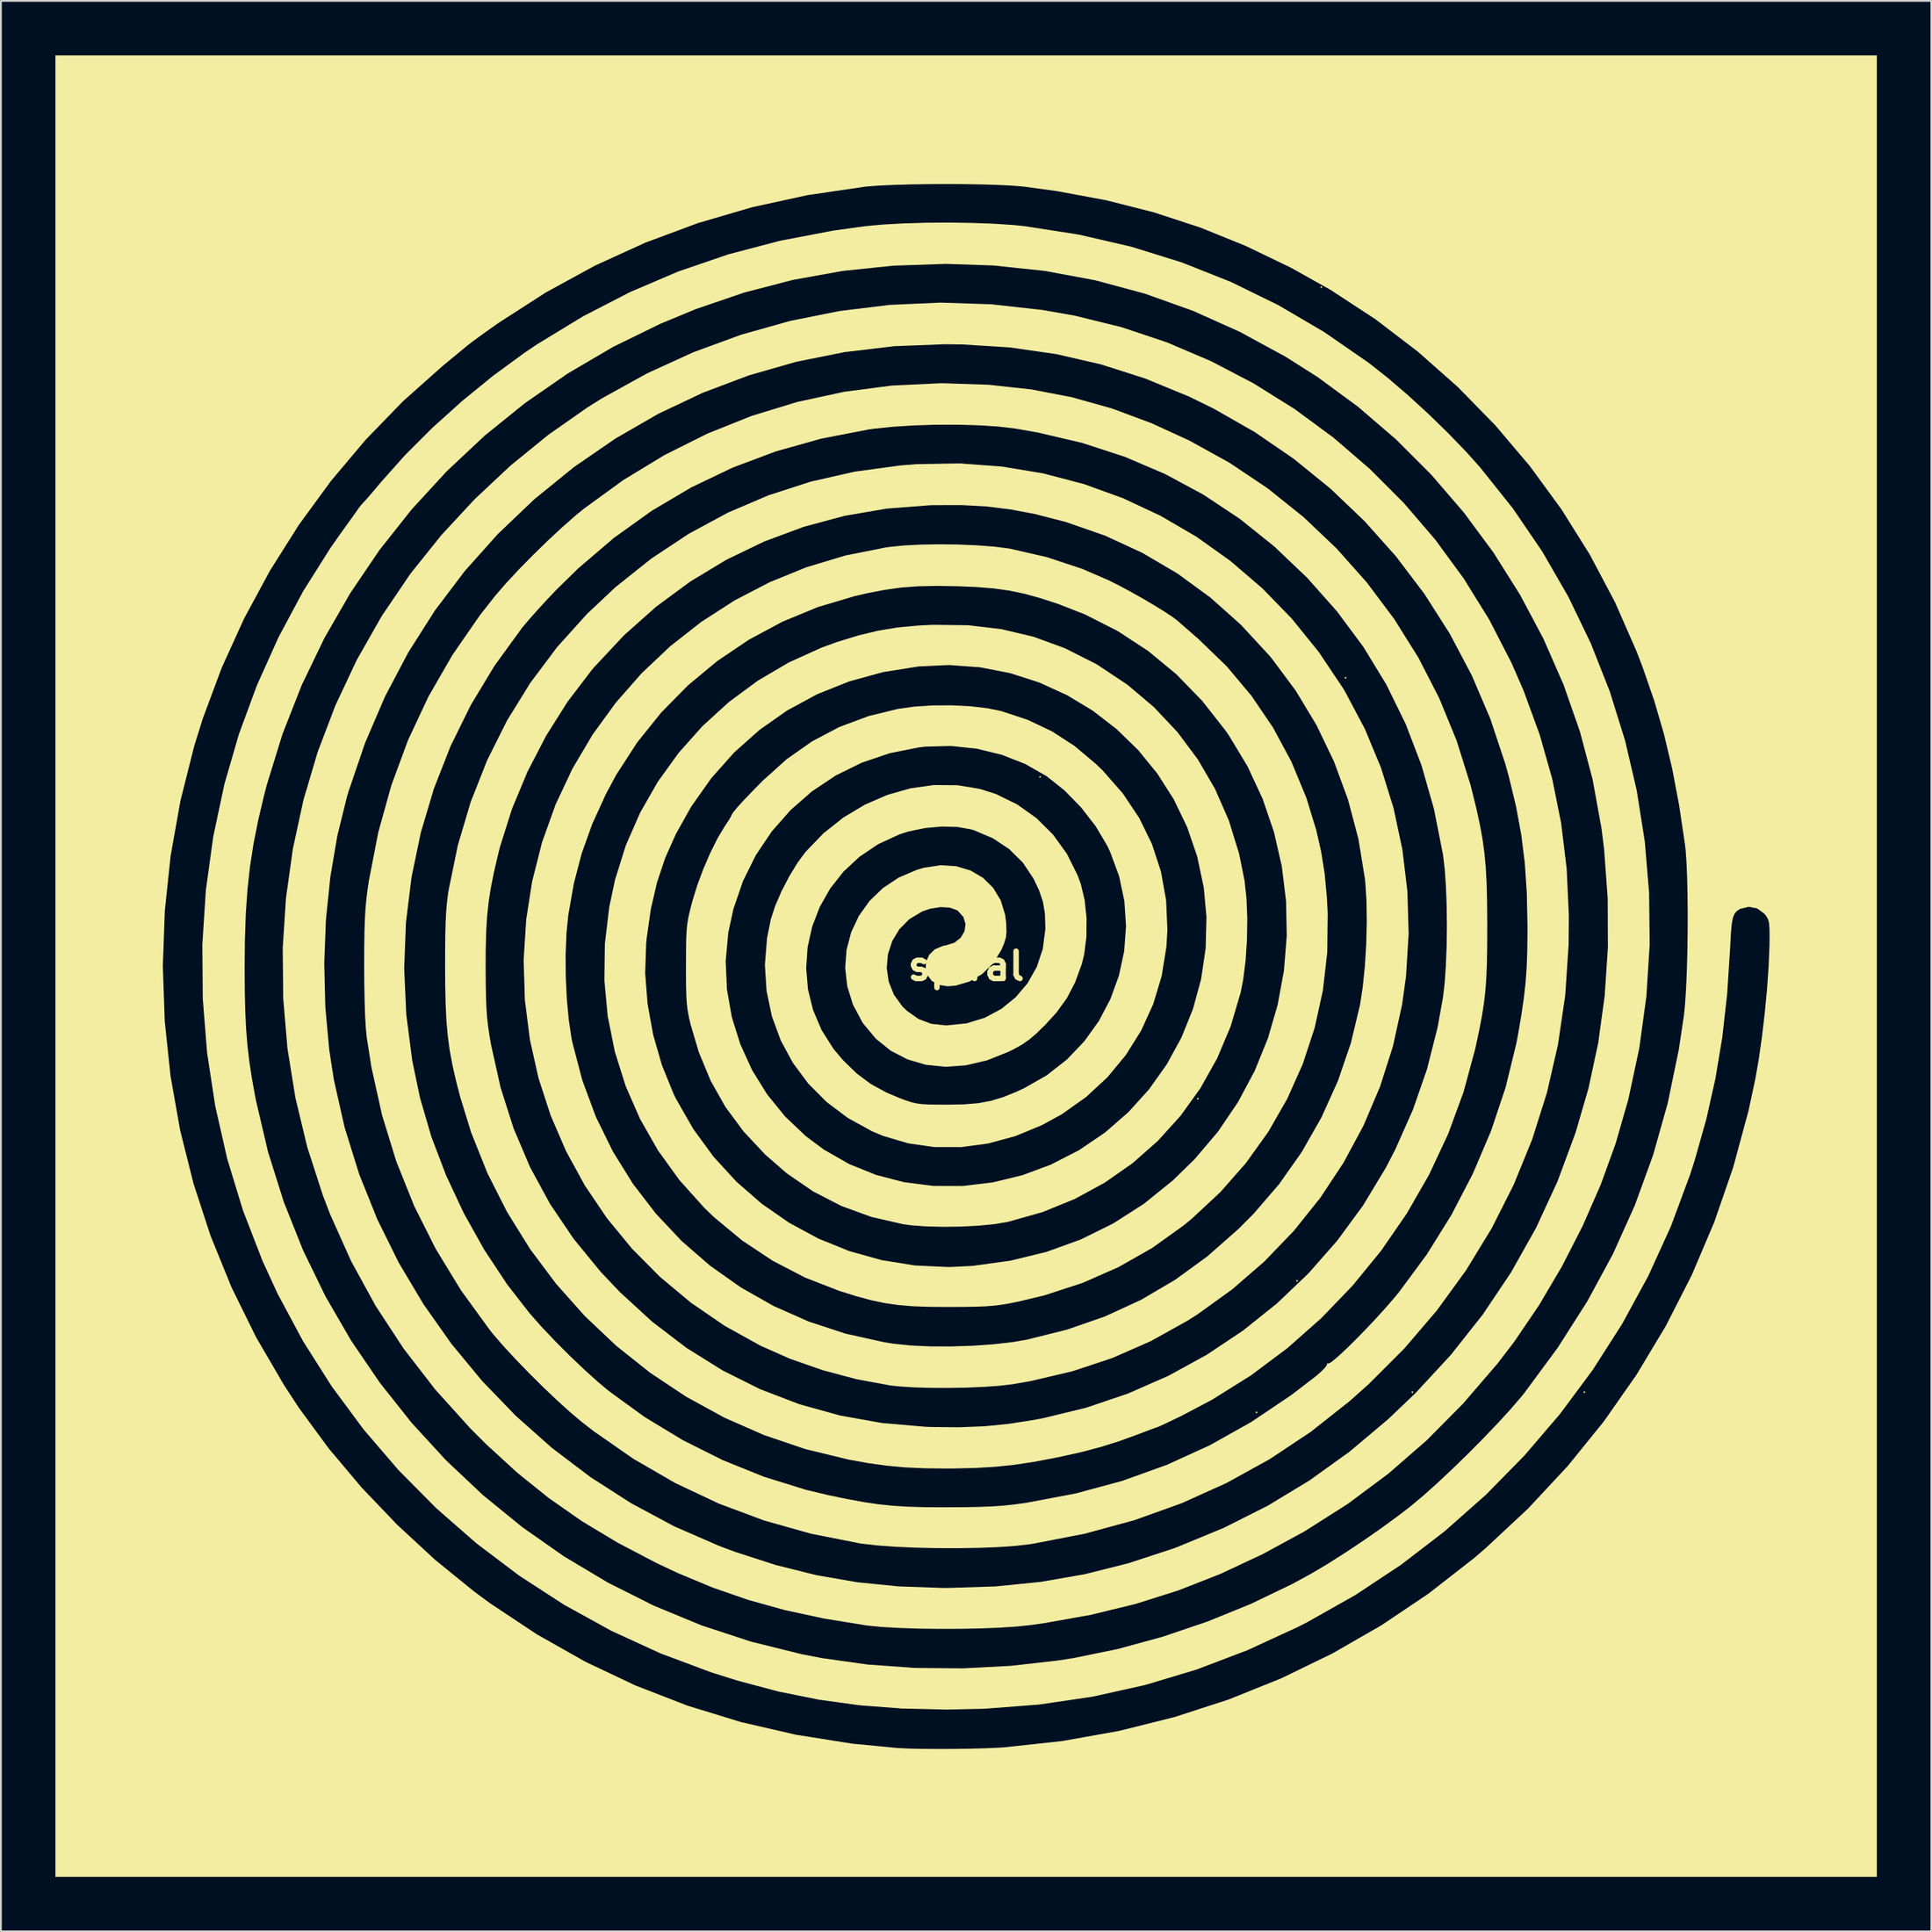
<source format=kicad_pcb>
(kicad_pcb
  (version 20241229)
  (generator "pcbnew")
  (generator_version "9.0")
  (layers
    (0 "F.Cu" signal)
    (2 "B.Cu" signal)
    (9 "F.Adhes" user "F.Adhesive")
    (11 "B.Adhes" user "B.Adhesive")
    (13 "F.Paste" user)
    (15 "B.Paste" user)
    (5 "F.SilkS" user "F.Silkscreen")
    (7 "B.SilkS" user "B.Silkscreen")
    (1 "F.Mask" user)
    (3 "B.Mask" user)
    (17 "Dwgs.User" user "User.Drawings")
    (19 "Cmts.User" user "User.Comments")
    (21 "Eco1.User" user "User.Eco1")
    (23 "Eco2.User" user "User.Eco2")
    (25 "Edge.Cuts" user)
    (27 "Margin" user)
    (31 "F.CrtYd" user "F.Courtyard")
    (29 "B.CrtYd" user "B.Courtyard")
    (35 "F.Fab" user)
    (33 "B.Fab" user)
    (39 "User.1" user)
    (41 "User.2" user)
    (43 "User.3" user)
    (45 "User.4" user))
  (footprint "spiral"
    (layer "F.Cu")
    (at 50.132 50.132)
    (property "Reference" "spiral" (at 0 0 0) (layer "F.SilkS") (effects (font (size 1.5 1.5) (thickness 0.3))))
    (attr board_only exclude_from_pos_files exclude_from_bom)
    (fp_poly (pts (xy 4.122 -10.416) (xy 4.066 -10.361) (xy 4.011 -10.416) (xy 4.066 -10.472)) (stroke (width 0) (type solid)) (fill yes) (layer "F.SilkS"))
    (fp_poly (pts (xy 12.811 7.297) (xy 12.756 7.353) (xy 12.7 7.297) (xy 12.756 7.241)) (stroke (width 0) (type solid)) (fill yes) (layer "F.SilkS"))
    (fp_poly (pts (xy 16.042 24.564) (xy 15.986 24.62) (xy 15.931 24.564) (xy 15.986 24.509)) (stroke (width 0) (type solid)) (fill yes) (layer "F.SilkS"))
    (fp_poly (pts (xy 18.27 17.323) (xy 18.214 17.379) (xy 18.159 17.323) (xy 18.214 17.268)) (stroke (width 0) (type solid)) (fill yes) (layer "F.SilkS"))
    (fp_poly (pts (xy 19.607 -37.376) (xy 19.551 -37.32) (xy 19.496 -37.376) (xy 19.551 -37.432)) (stroke (width 0) (type solid)) (fill yes) (layer "F.SilkS"))
    (fp_poly (pts (xy 20.944 -15.875) (xy 20.888 -15.819) (xy 20.832 -15.875) (xy 20.888 -15.931)) (stroke (width 0) (type solid)) (fill yes) (layer "F.SilkS"))
    (fp_poly (pts (xy 24.62 23.45) (xy 24.564 23.506) (xy 24.509 23.45) (xy 24.564 23.395)) (stroke (width 0) (type solid)) (fill yes) (layer "F.SilkS"))
    (fp_poly (pts (xy 34.089 23.45) (xy 34.034 23.506) (xy 33.978 23.45) (xy 34.034 23.395)) (stroke (width 0) (type solid)) (fill yes) (layer "F.SilkS"))
    (fp_poly (pts (xy 50.132 0) (xy 50.132 50.132) (xy 0 50.132) (xy -50.132 50.132) (xy -50.132 0.01) (xy -44.219 0.01) (xy -44.113 3.039) (xy -43.795 6.048) (xy -43.268 9.025) (xy -42.533 11.96) (xy -41.592 14.843) (xy -40.446 17.661) (xy -39.097 20.406) (xy -37.546 23.066) (xy -36.718 24.329) (xy -35.092 26.543) (xy -33.28 28.697) (xy -31.314 30.754) (xy -29.23 32.681) (xy -27.062 34.441) (xy -26.221 35.061) (xy -23.638 36.777) (xy -20.96 38.291) (xy -18.192 39.602) (xy -15.335 40.709) (xy -12.392 41.612) (xy -9.366 42.31) (xy -6.26 42.801) (xy -3.788 43.039) (xy -3.2 43.068) (xy -2.447 43.085) (xy -1.586 43.092) (xy -0.673 43.089) (xy 0.235 43.075) (xy 1.081 43.053) (xy 1.807 43.021) (xy 2.117 43.001) (xy 5.293 42.656) (xy 8.413 42.1) (xy 11.469 41.337) (xy 14.45 40.37) (xy 17.349 39.203) (xy 20.154 37.84) (xy 22.859 36.285) (xy 25.453 34.541) (xy 27.927 32.612) (xy 28.604 32.034) (xy 30.944 29.848) (xy 33.108 27.526) (xy 35.095 25.074) (xy 36.899 22.498) (xy 38.517 19.805) (xy 39.946 17.001) (xy 41.182 14.091) (xy 42.222 11.083) (xy 43.062 7.983) (xy 43.437 6.239) (xy 43.631 5.132) (xy 43.808 3.891) (xy 43.962 2.579) (xy 44.087 1.262) (xy 44.175 0.003) (xy 44.222 -1.133) (xy 44.227 -1.586) (xy 44.222 -2.064) (xy 44.197 -2.381) (xy 44.137 -2.598) (xy 44.028 -2.774) (xy 43.917 -2.906) (xy 43.535 -3.179) (xy 43.081 -3.264) (xy 42.617 -3.151) (xy 42.572 -3.128) (xy 42.411 -3.021) (xy 42.292 -2.873) (xy 42.206 -2.65) (xy 42.145 -2.318) (xy 42.101 -1.84) (xy 42.065 -1.183) (xy 42.056 -0.997) (xy 41.892 1.533) (xy 41.625 3.912) (xy 41.245 6.193) (xy 40.744 8.426) (xy 40.112 10.662) (xy 39.848 11.488) (xy 38.799 14.315) (xy 37.55 17.055) (xy 36.109 19.699) (xy 34.486 22.235) (xy 32.69 24.654) (xy 30.729 26.945) (xy 28.614 29.098) (xy 26.352 31.101) (xy 23.953 32.945) (xy 21.426 34.619) (xy 18.78 36.113) (xy 18.271 36.373) (xy 15.49 37.654) (xy 12.691 38.719) (xy 9.857 39.57) (xy 6.975 40.212) (xy 4.028 40.647) (xy 1.002 40.88) (xy -1.058 40.924) (xy -3.533 40.867) (xy -5.87 40.687) (xy -8.121 40.377) (xy -10.339 39.929) (xy -12.578 39.333) (xy -14.037 38.874) (xy -16.833 37.828) (xy -19.533 36.587) (xy -22.125 35.159) (xy -24.602 33.552) (xy -26.953 31.776) (xy -29.169 29.838) (xy -31.241 27.747) (xy -33.161 25.512) (xy -34.917 23.141) (xy -36.501 20.643) (xy -37.904 18.026) (xy -38.726 16.239) (xy -39.805 13.453) (xy -40.676 10.601) (xy -41.335 7.696) (xy -41.784 4.753) (xy -42.02 1.785) (xy -42.043 -1.194) (xy -41.851 -4.171) (xy -41.443 -7.131) (xy -40.827 -10.026) (xy -40.033 -12.763) (xy -39.038 -15.461) (xy -37.857 -18.09) (xy -36.505 -20.618) (xy -34.996 -23.014) (xy -34.386 -23.882) (xy -34.066 -24.324) (xy -33.788 -24.712) (xy -33.581 -25.004) (xy -33.477 -25.157) (xy -33.302 -25.385) (xy -33.189 -25.506) (xy -33.048 -25.66) (xy -32.802 -25.942) (xy -32.49 -26.309) (xy -32.225 -26.625) (xy -30.886 -28.129) (xy -29.376 -29.637) (xy -27.742 -31.109) (xy -26.031 -32.503) (xy -24.29 -33.777) (xy -23.614 -34.232) (xy -21.085 -35.771) (xy -18.498 -37.105) (xy -15.841 -38.239) (xy -13.099 -39.177) (xy -10.257 -39.926) (xy -7.303 -40.49) (xy -5.57 -40.729) (xy -4.598 -40.82) (xy -3.463 -40.884) (xy -2.222 -40.921) (xy -0.935 -40.93) (xy 0.341 -40.911) (xy 1.549 -40.866) (xy 2.631 -40.792) (xy 3.231 -40.731) (xy 6.205 -40.268) (xy 9.083 -39.603) (xy 11.869 -38.737) (xy 14.565 -37.667) (xy 17.172 -36.393) (xy 19.694 -34.914) (xy 22.133 -33.229) (xy 22.225 -33.16) (xy 23.237 -32.36) (xy 24.325 -31.425) (xy 25.438 -30.406) (xy 26.524 -29.35) (xy 27.532 -28.305) (xy 28.289 -27.461) (xy 30.098 -25.193) (xy 31.719 -22.814) (xy 33.149 -20.335) (xy 34.386 -17.769) (xy 35.428 -15.127) (xy 36.272 -12.42) (xy 36.916 -9.661) (xy 37.358 -6.861) (xy 37.595 -4.032) (xy 37.626 -1.185) (xy 37.446 1.667) (xy 37.055 4.514) (xy 36.45 7.343) (xy 35.75 9.774) (xy 34.929 12.038) (xy 33.934 14.309) (xy 32.792 16.539) (xy 31.528 18.679) (xy 30.168 20.681) (xy 29.25 21.88) (xy 27.347 24.091) (xy 25.348 26.107) (xy 23.237 27.942) (xy 20.997 29.61) (xy 18.61 31.125) (xy 16.321 32.369) (xy 14.002 33.455) (xy 11.686 34.364) (xy 9.326 35.11) (xy 6.879 35.706) (xy 4.302 36.166) (xy 3.506 36.278) (xy 2.741 36.357) (xy 1.811 36.417) (xy 0.761 36.458) (xy -0.36 36.48) (xy -1.507 36.483) (xy -2.631 36.467) (xy -3.686 36.431) (xy -4.625 36.377) (xy -5.4 36.303) (xy -5.558 36.282) (xy -7.855 35.907) (xy -9.989 35.446) (xy -12.009 34.883) (xy -13.961 34.206) (xy -15.895 33.399) (xy -17.063 32.848) (xy -19.192 31.733) (xy -21.147 30.556) (xy -22.971 29.283) (xy -24.712 27.883) (xy -26.415 26.322) (xy -27.296 25.441) (xy -29.229 23.299) (xy -30.967 21.05) (xy -32.51 18.693) (xy -33.858 16.23) (xy -35.01 13.66) (xy -35.4 12.644) (xy -36.265 9.975) (xy -36.917 7.264) (xy -37.359 4.524) (xy -37.592 1.769) (xy -37.619 -0.989) (xy -37.441 -3.737) (xy -37.06 -6.46) (xy -36.478 -9.146) (xy -35.697 -11.782) (xy -34.718 -14.355) (xy -33.544 -16.85) (xy -32.177 -19.257) (xy -30.617 -21.56) (xy -30.553 -21.647) (xy -28.89 -23.722) (xy -27.057 -25.698) (xy -25.084 -27.549) (xy -23.001 -29.245) (xy -20.839 -30.759) (xy -20.053 -31.251) (xy -17.576 -32.623) (xy -15.017 -33.792) (xy -12.386 -34.757) (xy -9.697 -35.514) (xy -6.962 -36.063) (xy -4.193 -36.4) (xy -1.403 -36.523) (xy 1.395 -36.431) (xy 4.19 -36.121) (xy 5.985 -35.805) (xy 8.557 -35.172) (xy 11.064 -34.332) (xy 13.494 -33.295) (xy 15.837 -32.07) (xy 18.08 -30.668) (xy 20.212 -29.098) (xy 22.221 -27.369) (xy 24.096 -25.491) (xy 25.826 -23.474) (xy 27.398 -21.327) (xy 28.802 -19.061) (xy 30.025 -16.683) (xy 30.686 -15.165) (xy 31.574 -12.737) (xy 32.261 -10.315) (xy 32.754 -7.868) (xy 33.058 -5.365) (xy 33.178 -2.774) (xy 33.164 -1.17) (xy 32.979 1.603) (xy 32.58 4.317) (xy 31.972 6.966) (xy 31.158 9.541) (xy 30.141 12.034) (xy 28.926 14.439) (xy 27.516 16.747) (xy 25.914 18.952) (xy 24.125 21.044) (xy 22.152 23.017) (xy 21.111 23.945) (xy 18.973 25.635) (xy 16.716 27.136) (xy 14.342 28.448) (xy 11.854 29.57) (xy 9.251 30.502) (xy 6.537 31.242) (xy 3.712 31.79) (xy 3.509 31.822) (xy 2.73 31.912) (xy 1.777 31.979) (xy 0.698 32.022) (xy -0.458 32.041) (xy -1.645 32.037) (xy -2.814 32.009) (xy -3.918 31.959) (xy -4.908 31.887) (xy -5.737 31.792) (xy -5.849 31.775) (xy -8.534 31.245) (xy -11.126 30.514) (xy -13.62 29.583) (xy -16.018 28.451) (xy -18.317 27.12) (xy -20.516 25.59) (xy -21.167 25.084) (xy -21.797 24.553) (xy -22.519 23.9) (xy -23.29 23.167) (xy -24.069 22.394) (xy -24.814 21.624) (xy -25.485 20.897) (xy -26.04 20.255) (xy -26.204 20.052) (xy -27.802 17.851) (xy -29.194 15.571) (xy -30.382 13.206) (xy -31.367 10.75) (xy -32.152 8.2) (xy -32.739 5.549) (xy -32.998 3.899) (xy -33.045 3.411) (xy -33.084 2.735) (xy -33.112 1.905) (xy -33.13 0.956) (xy -33.135 -0.078) (xy -33.135 -0.111) (xy -33.131 -1.089) (xy -33.12 -1.887) (xy -33.099 -2.551) (xy -33.066 -3.124) (xy -33.019 -3.65) (xy -32.955 -4.174) (xy -32.881 -4.679) (xy -32.359 -7.367) (xy -31.639 -9.954) (xy -30.72 -12.441) (xy -29.601 -14.83) (xy -28.281 -17.123) (xy -26.761 -19.32) (xy -25.922 -20.387) (xy -25.343 -21.057) (xy -24.636 -21.818) (xy -23.848 -22.621) (xy -23.026 -23.422) (xy -22.219 -24.172) (xy -21.474 -24.826) (xy -21.055 -25.169) (xy -18.879 -26.75) (xy -16.606 -28.132) (xy -14.245 -29.312) (xy -11.806 -30.288) (xy -9.296 -31.056) (xy -6.724 -31.613) (xy -4.099 -31.957) (xy -1.43 -32.084) (xy -1.218 -32.084) (xy 1.236 -32.002) (xy 3.571 -31.748) (xy 5.822 -31.316) (xy 8.024 -30.698) (xy 10.209 -29.884) (xy 12.271 -28.94) (xy 14.502 -27.706) (xy 16.605 -26.296) (xy 18.572 -24.72) (xy 20.393 -22.99) (xy 22.059 -21.116) (xy 23.562 -19.111) (xy 24.893 -16.985) (xy 26.042 -14.749) (xy 27 -12.414) (xy 27.759 -9.992) (xy 27.85 -9.641) (xy 28.087 -8.673) (xy 28.276 -7.814) (xy 28.421 -7.017) (xy 28.529 -6.236) (xy 28.604 -5.425) (xy 28.652 -4.536) (xy 28.677 -3.525) (xy 28.686 -2.343) (xy 28.686 -2.172) (xy 28.682 -1.07) (xy 28.666 -0.143) (xy 28.634 0.655) (xy 28.581 1.371) (xy 28.502 2.053) (xy 28.393 2.746) (xy 28.25 3.499) (xy 28.066 4.358) (xy 28.02 4.568) (xy 27.378 6.939) (xy 26.53 9.247) (xy 25.485 11.478) (xy 24.255 13.62) (xy 22.849 15.659) (xy 21.278 17.582) (xy 19.552 19.377) (xy 17.681 21.031) (xy 15.676 22.53) (xy 13.548 23.862) (xy 11.893 24.736) (xy 11.4 24.975) (xy 10.982 25.174) (xy 10.678 25.315) (xy 10.528 25.38) (xy 10.52 25.382) (xy 10.399 25.421) (xy 10.119 25.523) (xy 9.725 25.672) (xy 9.439 25.781) (xy 8.42 26.152) (xy 7.417 26.467) (xy 6.356 26.748) (xy 5.16 27.014) (xy 4.91 27.066) (xy 3.729 27.288) (xy 2.652 27.451) (xy 1.603 27.561) (xy 0.506 27.625) (xy -0.713 27.652) (xy -1.114 27.654) (xy -2.319 27.64) (xy -3.379 27.591) (xy -4.373 27.5) (xy -5.377 27.36) (xy -6.461 27.165) (xy -8.832 26.591) (xy -11.122 25.815) (xy -13.32 24.848) (xy -15.417 23.699) (xy -17.401 22.379) (xy -19.262 20.897) (xy -20.989 19.263) (xy -22.571 17.487) (xy -23.999 15.579) (xy -25.261 13.548) (xy -26.347 11.406) (xy -27.246 9.16) (xy -27.854 7.186) (xy -28.093 6.252) (xy -28.283 5.415) (xy -28.428 4.627) (xy -28.534 3.842) (xy -28.607 3.011) (xy -28.652 2.088) (xy -28.675 1.026) (xy -28.68 0.111) (xy -28.679 -0.916) (xy -28.67 -1.757) (xy -28.65 -2.448) (xy -28.62 -3.026) (xy -28.576 -3.527) (xy -28.518 -3.986) (xy -28.488 -4.178) (xy -27.98 -6.653) (xy -27.27 -9.042) (xy -26.364 -11.335) (xy -25.268 -13.524) (xy -23.984 -15.6) (xy -22.519 -17.555) (xy -20.877 -19.38) (xy -19.297 -20.865) (xy -17.331 -22.432) (xy -15.271 -23.797) (xy -13.12 -24.959) (xy -10.88 -25.917) (xy -8.553 -26.67) (xy -6.14 -27.217) (xy -3.644 -27.559) (xy -2.743 -27.63) (xy -0.372 -27.673) (xy 1.963 -27.502) (xy 4.25 -27.121) (xy 6.477 -26.538) (xy 8.633 -25.758) (xy 10.705 -24.787) (xy 12.683 -23.633) (xy 14.553 -22.3) (xy 16.306 -20.796) (xy 17.928 -19.126) (xy 19.409 -17.297) (xy 20.736 -15.315) (xy 20.863 -15.103) (xy 21.949 -13.058) (xy 22.837 -10.919) (xy 23.526 -8.706) (xy 24.011 -6.435) (xy 24.29 -4.123) (xy 24.359 -1.788) (xy 24.215 0.552) (xy 23.998 2.117) (xy 23.495 4.409) (xy 22.786 6.63) (xy 21.878 8.768) (xy 20.78 10.811) (xy 19.5 12.747) (xy 18.047 14.564) (xy 16.427 16.249) (xy 14.65 17.791) (xy 12.724 19.177) (xy 12.185 19.519) (xy 10.167 20.642) (xy 8.057 21.569) (xy 5.846 22.303) (xy 3.523 22.848) (xy 2.53 23.019) (xy 1.84 23.1) (xy 0.991 23.16) (xy 0.039 23.2) (xy -0.96 23.218) (xy -1.95 23.214) (xy -2.875 23.187) (xy -3.677 23.137) (xy -4.178 23.082) (xy -6.036 22.738) (xy -7.903 22.24) (xy -9.707 21.609) (xy -11.307 20.901) (xy -13.303 19.793) (xy -15.153 18.523) (xy -16.853 17.105) (xy -18.395 15.55) (xy -19.774 13.872) (xy -20.985 12.081) (xy -22.02 10.19) (xy -22.874 8.211) (xy -23.541 6.157) (xy -24.014 4.04) (xy -24.289 1.872) (xy -24.358 -0.335) (xy -24.216 -2.568) (xy -23.892 -4.648) (xy -23.345 -6.815) (xy -22.6 -8.894) (xy -21.668 -10.874) (xy -20.56 -12.746) (xy -19.286 -14.5) (xy -17.858 -16.125) (xy -16.286 -17.611) (xy -14.581 -18.947) (xy -12.754 -20.125) (xy -10.815 -21.134) (xy -8.776 -21.963) (xy -6.647 -22.603) (xy -4.439 -23.043) (xy -4.233 -23.073) (xy -3.442 -23.154) (xy -2.501 -23.203) (xy -1.47 -23.22) (xy -0.41 -23.207) (xy 0.619 -23.163) (xy 1.557 -23.091) (xy 2.343 -22.99) (xy 2.451 -22.971) (xy 4.461 -22.508) (xy 6.402 -21.864) (xy 7.88 -21.224) (xy 8.453 -20.935) (xy 9.084 -20.595) (xy 9.732 -20.23) (xy 10.353 -19.864) (xy 10.906 -19.523) (xy 11.349 -19.23) (xy 11.64 -19.012) (xy 11.657 -18.997) (xy 11.787 -18.882) (xy 12.047 -18.654) (xy 12.399 -18.346) (xy 12.805 -17.992) (xy 14.339 -16.509) (xy 15.705 -14.883) (xy 16.897 -13.126) (xy 17.906 -11.252) (xy 18.725 -9.274) (xy 19.276 -7.478) (xy 19.544 -6.297) (xy 19.734 -5.1) (xy 19.856 -3.811) (xy 19.904 -2.896) (xy 19.878 -0.755) (xy 19.636 1.348) (xy 19.185 3.399) (xy 18.531 5.387) (xy 17.679 7.297) (xy 16.635 9.118) (xy 15.406 10.835) (xy 13.996 12.438) (xy 12.413 13.912) (xy 11.956 14.286) (xy 10.233 15.52) (xy 8.382 16.571) (xy 6.408 17.439) (xy 4.317 18.12) (xy 2.925 18.456) (xy 2.418 18.559) (xy 1.975 18.636) (xy 1.547 18.69) (xy 1.086 18.726) (xy 0.543 18.748) (xy -0.13 18.759) (xy -0.891 18.764) (xy -1.988 18.757) (xy -2.918 18.724) (xy -3.734 18.656) (xy -4.494 18.546) (xy -5.25 18.385) (xy -6.058 18.166) (xy -6.972 17.88) (xy -7 17.871) (xy -8.862 17.146) (xy -10.643 16.221) (xy -12.321 15.109) (xy -13.87 13.826) (xy -14.41 13.307) (xy -15.779 11.783) (xy -16.96 10.147) (xy -17.949 8.414) (xy -18.743 6.597) (xy -19.337 4.711) (xy -19.728 2.768) (xy -19.913 0.784) (xy -19.886 -1.227) (xy -19.645 -3.253) (xy -19.323 -4.767) (xy -18.732 -6.65) (xy -17.943 -8.45) (xy -16.968 -10.153) (xy -15.821 -11.744) (xy -14.515 -13.209) (xy -13.062 -14.535) (xy -11.477 -15.706) (xy -9.773 -16.71) (xy -7.961 -17.532) (xy -7.108 -17.841) (xy -5.937 -18.202) (xy -4.854 -18.464) (xy -3.773 -18.641) (xy -2.611 -18.75) (xy -1.838 -18.789) (xy 0.106 -18.766) (xy 1.955 -18.547) (xy 3.724 -18.127) (xy 5.43 -17.502) (xy 7.088 -16.668) (xy 7.268 -16.563) (xy 8.88 -15.489) (xy 10.337 -14.258) (xy 11.632 -12.883) (xy 12.757 -11.376) (xy 13.704 -9.748) (xy 14.463 -8.013) (xy 15.028 -6.183) (xy 15.325 -4.708) (xy 15.433 -3.725) (xy 15.477 -2.614) (xy 15.459 -1.448) (xy 15.382 -0.3) (xy 15.249 0.759) (xy 15.113 1.448) (xy 14.561 3.315) (xy 13.818 5.076) (xy 12.896 6.721) (xy 11.804 8.238) (xy 10.555 9.618) (xy 9.16 10.849) (xy 7.629 11.92) (xy 5.973 12.821) (xy 4.203 13.541) (xy 2.33 14.069) (xy 2.228 14.091) (xy 1.527 14.206) (xy 0.67 14.289) (xy -0.277 14.338) (xy -1.249 14.351) (xy -2.182 14.329) (xy -3.009 14.268) (xy -3.46 14.208) (xy -5.211 13.807) (xy -6.865 13.204) (xy -8.423 12.401) (xy -9.882 11.399) (xy -11.066 10.368) (xy -12.258 9.093) (xy -13.253 7.746) (xy -14.068 6.299) (xy -14.718 4.726) (xy -15.161 3.231) (xy -15.255 2.836) (xy -15.323 2.475) (xy -15.371 2.102) (xy -15.4 1.672) (xy -15.416 1.139) (xy -15.422 0.456) (xy -15.421 -0.056) (xy -15.418 -0.825) (xy -15.41 -1.419) (xy -15.39 -1.884) (xy -15.356 -2.27) (xy -15.301 -2.622) (xy -15.221 -2.988) (xy -15.111 -3.417) (xy -15.056 -3.621) (xy -14.794 -4.468) (xy -14.46 -5.362) (xy -14.081 -6.237) (xy -13.687 -7.028) (xy -13.304 -7.673) (xy -13.267 -7.728) (xy -13.076 -8.016) (xy -12.951 -8.226) (xy -12.923 -8.293) (xy -12.841 -8.443) (xy -12.597 -8.74) (xy -12.195 -9.18) (xy -11.637 -9.759) (xy -11.2 -10.202) (xy -9.876 -11.393) (xy -8.472 -12.378) (xy -6.975 -13.165) (xy -5.368 -13.764) (xy -3.766 -14.157) (xy -2.865 -14.284) (xy -1.857 -14.35) (xy -0.805 -14.357) (xy 0.224 -14.306) (xy 1.166 -14.197) (xy 1.932 -14.04) (xy 3.396 -13.555) (xy 4.73 -12.921) (xy 5.972 -12.116) (xy 7.158 -11.117) (xy 7.526 -10.76) (xy 8.627 -9.505) (xy 9.529 -8.155) (xy 10.23 -6.718) (xy 10.724 -5.206) (xy 11.008 -3.628) (xy 11.079 -1.996) (xy 11.025 -1.066) (xy 10.763 0.55) (xy 10.297 2.092) (xy 9.637 3.544) (xy 8.794 4.89) (xy 7.779 6.117) (xy 6.6 7.209) (xy 5.27 8.151) (xy 4.178 8.751) (xy 2.708 9.358) (xy 1.216 9.762) (xy -0.279 9.963) (xy -1.757 9.96) (xy -3.199 9.753) (xy -4.585 9.341) (xy -5.184 9.088) (xy -6.506 8.361) (xy -7.678 7.48) (xy -8.691 6.463) (xy -9.536 5.326) (xy -10.205 4.088) (xy -10.691 2.765) (xy -10.984 1.376) (xy -11.077 -0.064) (xy -10.961 -1.536) (xy -10.751 -2.578) (xy -10.512 -3.31) (xy -10.159 -4.128) (xy -9.73 -4.954) (xy -9.266 -5.713) (xy -8.836 -6.291) (xy -7.851 -7.313) (xy -6.757 -8.18) (xy -5.578 -8.887) (xy -4.336 -9.425) (xy -3.057 -9.789) (xy -1.765 -9.969) (xy -0.482 -9.959) (xy 0.766 -9.753) (xy 1.628 -9.479) (xy 2.809 -8.903) (xy 3.867 -8.15) (xy 4.786 -7.237) (xy 5.548 -6.182) (xy 6.135 -5.003) (xy 6.315 -4.512) (xy 6.526 -3.623) (xy 6.629 -2.628) (xy 6.62 -1.611) (xy 6.5 -0.652) (xy 6.366 -0.111) (xy 5.999 0.894) (xy 5.55 1.757) (xy 4.975 2.554) (xy 4.342 3.245) (xy 3.868 3.707) (xy 3.468 4.048) (xy 3.074 4.321) (xy 2.617 4.575) (xy 2.334 4.715) (xy 1.154 5.186) (xy -0.01 5.46) (xy -1.14 5.541) (xy -2.219 5.431) (xy -3.228 5.134) (xy -4.151 4.655) (xy -4.968 3.997) (xy -5.663 3.163) (xy -5.716 3.084) (xy -6.233 2.112) (xy -6.544 1.108) (xy -6.657 0.096) (xy -6.582 -0.903) (xy -6.328 -1.864) (xy -5.904 -2.765) (xy -5.319 -3.584) (xy -4.582 -4.296) (xy -3.703 -4.879) (xy -2.691 -5.31) (xy -2.318 -5.417) (xy -1.4 -5.556) (xy -0.538 -5.499) (xy 0.245 -5.263) (xy 0.927 -4.862) (xy 1.487 -4.311) (xy 1.902 -3.625) (xy 2.15 -2.818) (xy 2.204 -2.375) (xy 2.222 -1.916) (xy 2.19 -1.573) (xy 2.088 -1.239) (xy 1.922 -0.86) (xy 1.475 -0.144) (xy 0.887 0.433) (xy 0.191 0.846) (xy -0.578 1.073) (xy -1.019 1.109) (xy -1.52 1.031) (xy -1.89 0.812) (xy -2.128 0.495) (xy -2.23 0.121) (xy -2.197 -0.268) (xy -2.026 -0.632) (xy -1.715 -0.929) (xy -1.263 -1.117) (xy -1.108 -1.145) (xy -0.637 -1.294) (xy -0.293 -1.569) (xy -0.087 -1.925) (xy -0.034 -2.317) (xy -0.149 -2.702) (xy -0.444 -3.034) (xy -0.505 -3.077) (xy -0.898 -3.221) (xy -1.411 -3.248) (xy -1.974 -3.161) (xy -2.42 -3.009) (xy -3.124 -2.587) (xy -3.676 -2.032) (xy -4.071 -1.377) (xy -4.304 -0.656) (xy -4.37 0.098) (xy -4.263 0.85) (xy -3.978 1.568) (xy -3.51 2.217) (xy -3.268 2.452) (xy -2.623 2.909) (xy -1.927 3.172) (xy -1.127 3.261) (xy -1.048 3.261) (xy 0.027 3.15) (xy 1.027 2.842) (xy 1.933 2.358) (xy 2.725 1.717) (xy 3.383 0.939) (xy 3.888 0.045) (xy 4.22 -0.948) (xy 4.358 -2.017) (xy 4.361 -2.154) (xy 4.335 -2.906) (xy 4.227 -3.549) (xy 4.014 -4.177) (xy 3.707 -4.82) (xy 3.127 -5.692) (xy 2.376 -6.437) (xy 1.477 -7.036) (xy 0.452 -7.472) (xy 0.278 -7.525) (xy -0.467 -7.66) (xy -1.332 -7.684) (xy -2.248 -7.602) (xy -3.144 -7.419) (xy -3.667 -7.254) (xy -4.836 -6.716) (xy -5.864 -6.026) (xy -6.748 -5.205) (xy -7.481 -4.275) (xy -8.059 -3.256) (xy -8.476 -2.171) (xy -8.726 -1.04) (xy -8.805 0.116) (xy -8.707 1.274) (xy -8.426 2.415) (xy -7.958 3.517) (xy -7.298 4.559) (xy -6.777 5.177) (xy -6.021 5.91) (xy -5.253 6.485) (xy -4.392 6.955) (xy -3.732 7.235) (xy -3.337 7.385) (xy -3.019 7.491) (xy -2.724 7.56) (xy -2.398 7.6) (xy -1.986 7.62) (xy -1.434 7.627) (xy -1.058 7.628) (xy -0.12 7.61) (xy 0.666 7.544) (xy 1.366 7.415) (xy 2.05 7.208) (xy 2.785 6.909) (xy 3.176 6.729) (xy 4.43 6.016) (xy 5.541 5.147) (xy 6.502 4.143) (xy 7.305 3.024) (xy 7.943 1.811) (xy 8.41 0.525) (xy 8.699 -0.815) (xy 8.802 -2.188) (xy 8.712 -3.573) (xy 8.422 -4.949) (xy 7.925 -6.297) (xy 7.767 -6.629) (xy 7.131 -7.701) (xy 6.329 -8.737) (xy 5.413 -9.674) (xy 4.438 -10.45) (xy 4.42 -10.462) (xy 3.25 -11.13) (xy 1.958 -11.635) (xy 0.586 -11.968) (xy -0.829 -12.12) (xy -2.244 -12.082) (xy -2.594 -12.042) (xy -4.217 -11.717) (xy -5.749 -11.197) (xy -7.176 -10.494) (xy -8.486 -9.621) (xy -9.664 -8.59) (xy -10.699 -7.414) (xy -11.578 -6.105) (xy -12.286 -4.677) (xy -12.812 -3.142) (xy -13.093 -1.841) (xy -13.236 -0.278) (xy -13.167 1.282) (xy -12.895 2.817) (xy -12.429 4.305) (xy -11.78 5.726) (xy -10.956 7.056) (xy -9.967 8.275) (xy -8.824 9.36) (xy -7.834 10.098) (xy -6.442 10.893) (xy -4.962 11.492) (xy -3.411 11.894) (xy -1.81 12.098) (xy -0.177 12.102) (xy 1.469 11.905) (xy 3.108 11.505) (xy 4.658 10.929) (xy 6.217 10.13) (xy 7.645 9.161) (xy 8.932 8.039) (xy 10.069 6.781) (xy 11.047 5.403) (xy 11.857 3.921) (xy 12.489 2.352) (xy 12.935 0.714) (xy 13.185 -0.979) (xy 13.23 -2.709) (xy 13.083 -4.316) (xy 12.721 -6.033) (xy 12.164 -7.659) (xy 11.427 -9.185) (xy 10.525 -10.6) (xy 9.471 -11.892) (xy 8.28 -13.05) (xy 6.967 -14.064) (xy 5.545 -14.921) (xy 4.028 -15.612) (xy 2.431 -16.126) (xy 0.768 -16.45) (xy -0.946 -16.574) (xy -2.618 -16.496) (xy -4.573 -16.184) (xy -6.435 -15.673) (xy -8.195 -14.969) (xy -9.843 -14.078) (xy -11.37 -13.007) (xy -12.767 -11.762) (xy -14.026 -10.349) (xy -15.136 -8.775) (xy -15.979 -7.271) (xy -16.567 -5.951) (xy -17.02 -4.595) (xy -17.354 -3.151) (xy -17.581 -1.566) (xy -17.613 -1.249) (xy -17.668 0.387) (xy -17.536 2.08) (xy -17.227 3.78) (xy -16.75 5.439) (xy -16.115 7.007) (xy -15.974 7.297) (xy -15.019 8.966) (xy -13.904 10.492) (xy -12.643 11.866) (xy -11.25 13.081) (xy -9.741 14.128) (xy -8.128 15) (xy -6.428 15.687) (xy -4.654 16.182) (xy -2.819 16.478) (xy -0.94 16.565) (xy 0.345 16.502) (xy 2.434 16.215) (xy 4.423 15.73) (xy 6.312 15.046) (xy 8.1 14.163) (xy 9.787 13.082) (xy 11.374 11.801) (xy 12.571 10.634) (xy 13.862 9.113) (xy 14.966 7.485) (xy 15.883 5.768) (xy 16.611 3.977) (xy 17.149 2.129) (xy 17.496 0.242) (xy 17.65 -1.669) (xy 17.611 -3.587) (xy 17.377 -5.494) (xy 16.947 -7.375) (xy 16.32 -9.213) (xy 15.494 -10.991) (xy 14.469 -12.692) (xy 14.275 -12.972) (xy 12.989 -14.609) (xy 11.569 -16.069) (xy 10.019 -17.349) (xy 8.343 -18.446) (xy 6.544 -19.359) (xy 5.065 -19.938) (xy 4.091 -20.256) (xy 3.218 -20.497) (xy 2.382 -20.671) (xy 1.516 -20.791) (xy 0.554 -20.869) (xy -0.468 -20.911) (xy -1.632 -20.93) (xy -2.642 -20.909) (xy -3.563 -20.84) (xy -4.463 -20.717) (xy -5.407 -20.535) (xy -6.127 -20.37) (xy -8.163 -19.764) (xy -10.114 -18.958) (xy -11.965 -17.964) (xy -13.704 -16.791) (xy -15.316 -15.451) (xy -16.788 -13.955) (xy -18.105 -12.315) (xy -19.255 -10.54) (xy -19.828 -9.475) (xy -20.581 -7.825) (xy -21.163 -6.201) (xy -21.599 -4.527) (xy -21.9 -2.81) (xy -22.001 -1.796) (xy -22.046 -0.644) (xy -22.039 0.577) (xy -21.981 1.799) (xy -21.874 2.955) (xy -21.721 3.976) (xy -21.68 4.181) (xy -21.126 6.292) (xy -20.379 8.301) (xy -19.449 10.198) (xy -18.347 11.974) (xy -17.082 13.62) (xy -15.665 15.126) (xy -14.104 16.483) (xy -12.411 17.681) (xy -10.595 18.711) (xy -8.666 19.565) (xy -6.634 20.232) (xy -4.51 20.703) (xy -4 20.784) (xy -3.075 20.881) (xy -1.997 20.931) (xy -0.829 20.935) (xy 0.366 20.896) (xy 1.525 20.814) (xy 2.582 20.693) (xy 3.318 20.567) (xy 5.55 20.011) (xy 7.649 19.281) (xy 9.628 18.37) (xy 11.501 17.27) (xy 13.282 15.974) (xy 14.984 14.475) (xy 15.82 13.636) (xy 17.226 12.005) (xy 18.477 10.228) (xy 19.56 8.326) (xy 20.464 6.323) (xy 21.177 4.241) (xy 21.678 2.153) (xy 21.833 1.151) (xy 21.949 0.006) (xy 22.024 -1.212) (xy 22.054 -2.435) (xy 22.038 -3.593) (xy 21.973 -4.618) (xy 21.954 -4.799) (xy 21.594 -7.001) (xy 21.024 -9.16) (xy 20.253 -11.254) (xy 19.289 -13.263) (xy 18.142 -15.165) (xy 16.82 -16.941) (xy 16.687 -17.1) (xy 15.127 -18.789) (xy 13.438 -20.295) (xy 11.626 -21.617) (xy 9.696 -22.751) (xy 7.652 -23.695) (xy 5.499 -24.445) (xy 3.788 -24.886) (xy 2.445 -25.14) (xy 1.117 -25.303) (xy -0.267 -25.379) (xy -1.78 -25.375) (xy -1.997 -25.369) (xy -4.371 -25.185) (xy -6.689 -24.787) (xy -8.939 -24.182) (xy -11.113 -23.374) (xy -13.199 -22.368) (xy -15.188 -21.168) (xy -17.07 -19.78) (xy -18.835 -18.209) (xy -20.472 -16.459) (xy -20.636 -16.265) (xy -21.945 -14.545) (xy -23.122 -12.678) (xy -24.145 -10.704) (xy -24.995 -8.665) (xy -25.649 -6.603) (xy -25.772 -6.118) (xy -25.993 -5.163) (xy -26.163 -4.315) (xy -26.286 -3.518) (xy -26.371 -2.716) (xy -26.421 -1.853) (xy -26.445 -0.872) (xy -26.448 0.111) (xy -26.442 1.001) (xy -26.429 1.716) (xy -26.406 2.305) (xy -26.37 2.816) (xy -26.316 3.298) (xy -26.243 3.798) (xy -26.148 4.345) (xy -25.621 6.703) (xy -24.907 8.942) (xy -24.003 11.068) (xy -22.905 13.087) (xy -21.609 15.006) (xy -20.113 16.832) (xy -19.058 17.944) (xy -17.272 19.581) (xy -15.388 21.018) (xy -13.41 22.253) (xy -11.342 23.286) (xy -9.186 24.114) (xy -6.946 24.736) (xy -4.626 25.151) (xy -2.229 25.357) (xy -1.889 25.369) (xy -0.375 25.384) (xy 1.011 25.328) (xy 2.353 25.195) (xy 3.738 24.979) (xy 4.233 24.885) (xy 6.618 24.305) (xy 8.923 23.523) (xy 11.136 22.55) (xy 13.248 21.392) (xy 15.244 20.061) (xy 17.115 18.563) (xy 18.849 16.908) (xy 20.433 15.106) (xy 21.856 13.164) (xy 23.107 11.091) (xy 23.622 10.096) (xy 24.598 7.895) (xy 25.369 5.674) (xy 25.949 3.385) (xy 26.249 1.727) (xy 26.342 0.928) (xy 26.409 -0.033) (xy 26.45 -1.101) (xy 26.464 -2.221) (xy 26.451 -3.339) (xy 26.411 -4.4) (xy 26.344 -5.348) (xy 26.252 -6.127) (xy 25.754 -8.647) (xy 25.069 -11.048) (xy 24.193 -13.334) (xy 23.126 -15.509) (xy 21.866 -17.574) (xy 20.411 -19.533) (xy 18.773 -21.376) (xy 16.965 -23.099) (xy 15.063 -24.623) (xy 13.061 -25.952) (xy 10.953 -27.089) (xy 8.732 -28.037) (xy 6.393 -28.799) (xy 3.929 -29.378) (xy 2.674 -29.596) (xy 1.769 -29.702) (xy 0.701 -29.771) (xy -0.473 -29.804) (xy -1.696 -29.801) (xy -2.912 -29.762) (xy -4.063 -29.688) (xy -5.093 -29.58) (xy -5.376 -29.539) (xy -7.974 -29.036) (xy -10.467 -28.337) (xy -12.854 -27.441) (xy -15.136 -26.349) (xy -17.314 -25.06) (xy -19.387 -23.574) (xy -21.356 -21.892) (xy -22.564 -20.708) (xy -23.055 -20.191) (xy -23.553 -19.649) (xy -24.009 -19.137) (xy -24.372 -18.71) (xy -24.457 -18.604) (xy -25.959 -16.537) (xy -27.269 -14.365) (xy -28.384 -12.102) (xy -29.3 -9.761) (xy -30.017 -7.354) (xy -30.529 -4.895) (xy -30.836 -2.397) (xy -30.933 0.127) (xy -30.818 2.665) (xy -30.489 5.202) (xy -30.064 7.241) (xy -29.447 9.362) (xy -28.637 11.493) (xy -27.656 13.592) (xy -26.525 15.613) (xy -25.268 17.515) (xy -24.031 19.106) (xy -23.384 19.838) (xy -22.631 20.634) (xy -21.823 21.444) (xy -21.009 22.219) (xy -20.24 22.91) (xy -19.663 23.392) (xy -17.698 24.819) (xy -15.599 26.091) (xy -13.397 27.193) (xy -11.125 28.11) (xy -8.812 28.828) (xy -7.575 29.123) (xy -6.543 29.336) (xy -5.65 29.5) (xy -4.836 29.621) (xy -4.044 29.704) (xy -3.216 29.756) (xy -2.292 29.783) (xy -1.214 29.79) (xy -1.003 29.789) (xy -0.027 29.783) (xy 0.774 29.767) (xy 1.451 29.739) (xy 2.052 29.697) (xy 2.627 29.636) (xy 3.224 29.555) (xy 3.342 29.537) (xy 6.028 29.029) (xy 8.595 28.335) (xy 11.054 27.451) (xy 13.417 26.372) (xy 15.697 25.093) (xy 17.905 23.607) (xy 19.241 22.582) (xy 19.556 22.309) (xy 19.777 22.08) (xy 19.868 21.933) (xy 19.865 21.913) (xy 19.868 21.855) (xy 19.924 21.88) (xy 20.047 21.834) (xy 20.294 21.644) (xy 20.642 21.336) (xy 21.067 20.933) (xy 21.544 20.458) (xy 22.051 19.936) (xy 22.564 19.391) (xy 23.059 18.846) (xy 23.512 18.326) (xy 23.835 17.936) (xy 25.357 15.873) (xy 26.715 13.692) (xy 27.898 11.416) (xy 28.895 9.07) (xy 29.695 6.678) (xy 30.286 4.265) (xy 30.402 3.646) (xy 30.574 2.625) (xy 30.703 1.737) (xy 30.795 0.914) (xy 30.854 0.091) (xy 30.888 -0.798) (xy 30.9 -1.82) (xy 30.901 -2.228) (xy 30.864 -4.02) (xy 30.753 -5.668) (xy 30.558 -7.238) (xy 30.269 -8.8) (xy 29.877 -10.421) (xy 29.678 -11.14) (xy 28.856 -13.616) (xy 27.834 -16.007) (xy 26.622 -18.301) (xy 25.228 -20.487) (xy 23.664 -22.553) (xy 21.938 -24.488) (xy 20.06 -26.281) (xy 18.041 -27.921) (xy 15.89 -29.396) (xy 13.617 -30.694) (xy 12.254 -31.359) (xy 9.86 -32.345) (xy 7.436 -33.12) (xy 4.964 -33.689) (xy 2.426 -34.055) (xy -0.197 -34.222) (xy -1.17 -34.234) (xy -3.953 -34.125) (xy -6.684 -33.801) (xy -9.356 -33.265) (xy -11.961 -32.518) (xy -14.492 -31.563) (xy -16.945 -30.403) (xy -19.31 -29.038) (xy -21.583 -27.473) (xy -21.613 -27.45) (xy -23.785 -25.685) (xy -25.782 -23.781) (xy -27.603 -21.742) (xy -29.245 -19.57) (xy -30.708 -17.268) (xy -31.989 -14.838) (xy -33.087 -12.283) (xy -34 -9.605) (xy -34.083 -9.322) (xy -34.615 -7.171) (xy -35.001 -4.893) (xy -35.242 -2.534) (xy -35.333 -0.139) (xy -35.274 2.247) (xy -35.062 4.58) (xy -34.807 6.239) (xy -34.212 8.88) (xy -33.412 11.448) (xy -32.415 13.933) (xy -31.232 16.324) (xy -29.87 18.611) (xy -28.338 20.783) (xy -26.646 22.831) (xy -24.801 24.743) (xy -22.813 26.51) (xy -20.69 28.12) (xy -18.441 29.565) (xy -16.076 30.833) (xy -13.602 31.913) (xy -12.745 32.234) (xy -10.482 32.966) (xy -8.253 33.523) (xy -6.007 33.914) (xy -3.693 34.146) (xy -1.261 34.23) (xy -1.003 34.23) (xy 1.607 34.146) (xy 4.105 33.896) (xy 6.535 33.472) (xy 8.942 32.866) (xy 11.371 32.07) (xy 11.642 31.97) (xy 14.197 30.915) (xy 16.615 29.696) (xy 18.913 28.303) (xy 21.109 26.725) (xy 23.219 24.95) (xy 24.732 23.508) (xy 26.68 21.402) (xy 28.437 19.183) (xy 30.001 16.85) (xy 31.375 14.404) (xy 32.556 11.844) (xy 33.546 9.17) (xy 34.255 6.74) (xy 34.793 4.235) (xy 35.151 1.632) (xy 35.326 -1.033) (xy 35.316 -3.726) (xy 35.121 -6.412) (xy 34.976 -7.575) (xy 34.487 -10.272) (xy 33.786 -12.918) (xy 32.882 -15.502) (xy 31.783 -18.011) (xy 30.498 -20.432) (xy 29.036 -22.754) (xy 27.403 -24.963) (xy 25.609 -27.048) (xy 23.662 -28.996) (xy 21.57 -30.794) (xy 19.342 -32.431) (xy 17.573 -33.552) (xy 15.049 -34.924) (xy 12.464 -36.081) (xy 9.817 -37.024) (xy 7.109 -37.753) (xy 4.34 -38.268) (xy 1.51 -38.568) (xy -1.114 -38.656) (xy -4.011 -38.558) (xy -6.814 -38.265) (xy -9.545 -37.772) (xy -12.225 -37.075) (xy -14.875 -36.169) (xy -16.824 -35.363) (xy -19.434 -34.086) (xy -21.923 -32.626) (xy -24.284 -30.992) (xy -26.51 -29.193) (xy -28.592 -27.239) (xy -30.522 -25.139) (xy -32.294 -22.902) (xy -33.898 -20.537) (xy -35.328 -18.054) (xy -36.576 -15.462) (xy -37.634 -12.769) (xy -38.493 -9.986) (xy -38.644 -9.405) (xy -38.967 -8.042) (xy -39.223 -6.757) (xy -39.419 -5.498) (xy -39.56 -4.215) (xy -39.653 -2.857) (xy -39.703 -1.373) (xy -39.715 0.056) (xy -39.708 1.342) (xy -39.683 2.455) (xy -39.635 3.443) (xy -39.562 4.355) (xy -39.459 5.24) (xy -39.321 6.146) (xy -39.145 7.123) (xy -39.094 7.386) (xy -38.429 10.222) (xy -37.564 12.97) (xy -36.507 15.625) (xy -35.267 18.177) (xy -33.851 20.618) (xy -32.268 22.94) (xy -30.526 25.136) (xy -28.634 27.198) (xy -26.598 29.117) (xy -24.428 30.885) (xy -22.132 32.494) (xy -19.718 33.936) (xy -17.193 35.204) (xy -14.566 36.289) (xy -11.846 37.183) (xy -9.04 37.878) (xy -7.91 38.096) (xy -5.43 38.444) (xy -2.845 38.63) (xy -0.2 38.655) (xy 2.457 38.518) (xy 5.079 38.22) (xy 5.904 38.091) (xy 8.335 37.593) (xy 10.81 36.917) (xy 13.275 36.082) (xy 15.674 35.107) (xy 17.951 34.012) (xy 18.994 33.444) (xy 19.893 32.91) (xy 20.896 32.273) (xy 21.943 31.573) (xy 22.971 30.855) (xy 23.916 30.159) (xy 24.486 29.717) (xy 25.168 29.146) (xy 25.945 28.45) (xy 26.781 27.666) (xy 27.64 26.83) (xy 28.484 25.978) (xy 29.278 25.147) (xy 29.986 24.373) (xy 30.57 23.692) (xy 30.732 23.491) (xy 32.57 20.998) (xy 34.193 18.452) (xy 35.606 15.843) (xy 36.812 13.161) (xy 37.816 10.398) (xy 38.621 7.544) (xy 39.231 4.59) (xy 39.51 2.729) (xy 39.575 2.085) (xy 39.628 1.271) (xy 39.67 0.329) (xy 39.699 -0.7) (xy 39.716 -1.775) (xy 39.72 -2.855) (xy 39.711 -3.899) (xy 39.689 -4.866) (xy 39.653 -5.714) (xy 39.604 -6.402) (xy 39.572 -6.684) (xy 39.247 -8.863) (xy 38.865 -10.876) (xy 38.412 -12.777) (xy 37.875 -14.618) (xy 37.24 -16.452) (xy 36.906 -17.323) (xy 35.718 -20.034) (xy 34.336 -22.644) (xy 32.771 -25.145) (xy 31.031 -27.524) (xy 29.127 -29.771) (xy 27.068 -31.876) (xy 24.864 -33.827) (xy 22.525 -35.613) (xy 20.06 -37.225) (xy 17.88 -38.445) (xy 15.386 -39.646) (xy 12.887 -40.657) (xy 10.347 -41.489) (xy 7.73 -42.154) (xy 4.998 -42.662) (xy 3.175 -42.91) (xy 2.597 -42.96) (xy 1.841 -42.999) (xy 0.948 -43.028) (xy -0.038 -43.045) (xy -1.073 -43.051) (xy -2.115 -43.045) (xy -3.12 -43.029) (xy -4.044 -43.002) (xy -4.845 -42.964) (xy -5.48 -42.915) (xy -5.57 -42.905) (xy -8.716 -42.443) (xy -11.78 -41.775) (xy -14.758 -40.903) (xy -17.647 -39.829) (xy -20.442 -38.555) (xy -23.139 -37.081) (xy -25.736 -35.409) (xy -25.904 -35.291) (xy -26.391 -34.946) (xy -26.842 -34.621) (xy -27.208 -34.351) (xy -27.444 -34.17) (xy -27.461 -34.156) (xy -27.681 -33.974) (xy -28.024 -33.691) (xy -28.439 -33.348) (xy -28.825 -33.03) (xy -31.007 -31.086) (xy -33.058 -28.97) (xy -34.969 -26.7) (xy -36.728 -24.293) (xy -38.324 -21.765) (xy -39.745 -19.134) (xy -40.98 -16.417) (xy -42.019 -13.63) (xy -42.495 -12.101) (xy -43.251 -9.096) (xy -43.79 -6.069) (xy -44.111 -3.03) (xy -44.219 0.01) (xy -50.132 0.01) (xy -50.132 0) (xy -50.132 -50.132) (xy 0 -50.132) (xy 50.132 -50.132)) (stroke (width 0) (type solid)) (fill yes) (layer "F.SilkS")))
  (gr_rect
    (start -3 -3)
    (end 103.263 103.263)
    (stroke (width 0.1) (type default))
    (fill no)
    (layer "Edge.Cuts")))
</source>
